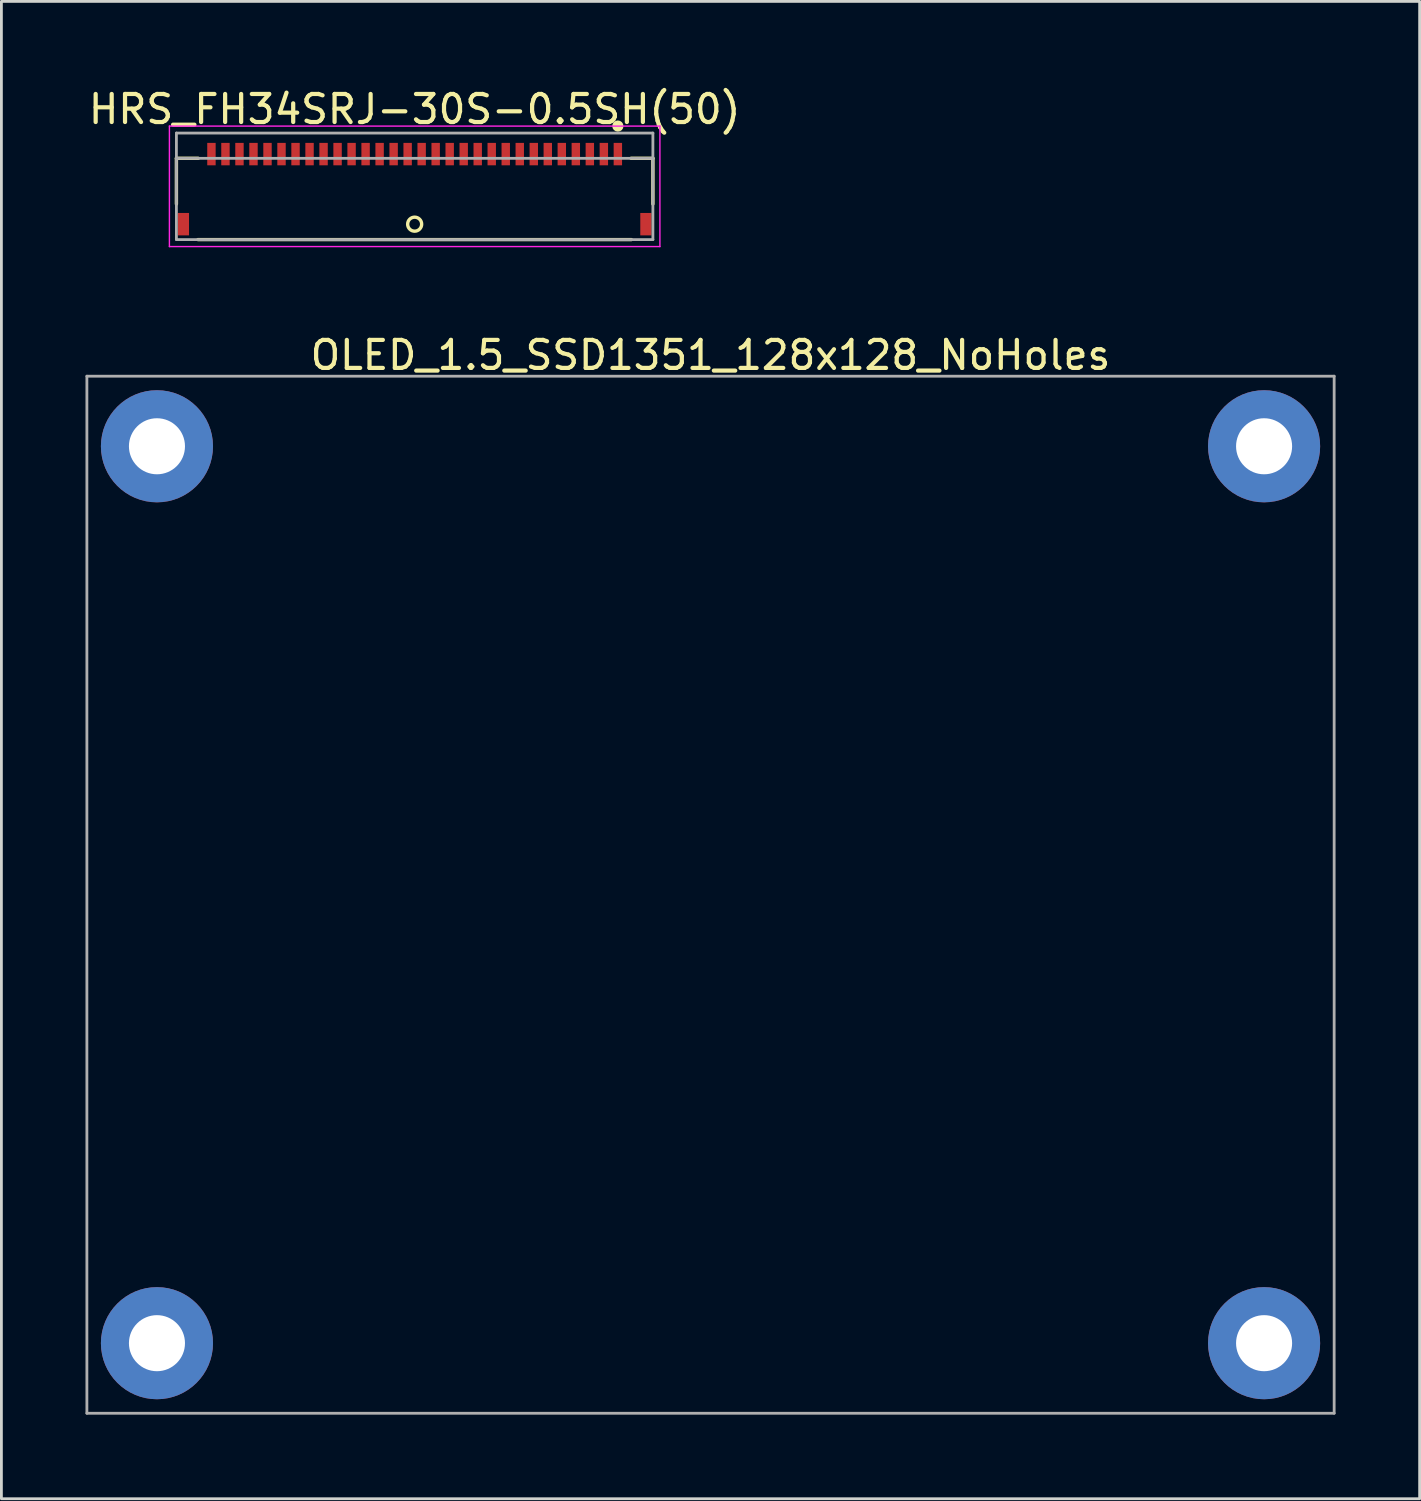
<source format=kicad_pcb>
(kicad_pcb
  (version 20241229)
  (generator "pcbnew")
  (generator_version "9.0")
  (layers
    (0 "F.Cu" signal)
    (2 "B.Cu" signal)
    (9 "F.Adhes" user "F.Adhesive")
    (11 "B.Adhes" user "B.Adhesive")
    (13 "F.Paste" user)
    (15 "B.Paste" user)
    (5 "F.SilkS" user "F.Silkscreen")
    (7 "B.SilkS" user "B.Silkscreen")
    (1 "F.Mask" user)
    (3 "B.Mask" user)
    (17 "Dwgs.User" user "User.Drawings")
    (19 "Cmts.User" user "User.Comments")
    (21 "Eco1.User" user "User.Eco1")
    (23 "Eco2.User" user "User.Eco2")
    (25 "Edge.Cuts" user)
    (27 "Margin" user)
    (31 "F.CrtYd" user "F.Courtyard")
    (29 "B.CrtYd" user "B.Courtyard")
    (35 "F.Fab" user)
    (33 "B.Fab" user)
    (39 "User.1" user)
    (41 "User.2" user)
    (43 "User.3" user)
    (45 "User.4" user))
  (footprint "OLED_1.5_SSD1351_128x128_NoHoles"
    (layer "F.Cu")
    (at 22.3 28.872)
    (property "Reference" "OLED_1.5_SSD1351_128x128_NoHoles" (at 0 -19.25 0) (layer "F.SilkS") (effects (font (size 1 1) (thickness 0.15))))
    (attr through_hole)
    (fp_line (start -22.25 -18.5) (end 22.25 -18.5) (stroke (width 0.1) (type solid)) (layer "F.Fab"))
    (fp_line (start -22.25 18.5) (end -22.25 -18.5) (stroke (width 0.1) (type solid)) (layer "F.Fab"))
    (fp_line (start 22.25 -18.5) (end 22.25 18.5) (stroke (width 0.1) (type solid)) (layer "F.Fab"))
    (fp_line (start 22.25 18.5) (end -22.25 18.5) (stroke (width 0.1) (type solid)) (layer "F.Fab"))
    (pad "MP" thru_hole circle (at -19.75 -16) (size 4 4) (drill 2) (layers "*.Cu" "*.Mask"))
    (pad "MP" thru_hole circle (at -19.75 16) (size 4 4) (drill 2) (layers "*.Cu" "*.Mask"))
    (pad "MP" thru_hole circle (at 19.75 -16) (size 4 4) (drill 2) (layers "*.Cu" "*.Mask"))
    (pad "MP" thru_hole circle (at 19.75 16) (size 4 4) (drill 2) (layers "*.Cu" "*.Mask")))
  (footprint "HRS_FH34SRJ-30S-0.5SH(50)"
    (layer "F.Cu")
    (at 11.744 4.948)
    (property "Reference" "HRS_FH34SRJ-30S-0.5SH(50)" (at 0 -4.1 0) (layer "F.SilkS") (effects (font (size 1 1) (thickness 0.15))))
    (attr smd)
    (fp_line (start -8.5 -2.35) (end -8.5 -0.72) (stroke (width 0.12) (type solid)) (layer "F.SilkS"))
    (fp_line (start -8.5 -2.35) (end -7.72 -2.35) (stroke (width 0.12) (type solid)) (layer "F.SilkS"))
    (fp_line (start -7.73 0.55) (end 7.73 0.55) (stroke (width 0.12) (type solid)) (layer "F.SilkS"))
    (fp_line (start 7.72 -2.35) (end 8.5 -2.35) (stroke (width 0.12) (type solid)) (layer "F.SilkS"))
    (fp_line (start 8.5 -2.35) (end 8.5 -0.72) (stroke (width 0.12) (type solid)) (layer "F.SilkS"))
    (fp_circle (center 0 0) (end 0.25 0) (stroke (width 0.12) (type default)) (fill no) (layer "F.SilkS"))
    (fp_circle (center 7.25 -3.5) (end 7.35 -3.5) (stroke (width 0.2) (type solid)) (fill no) (layer "F.SilkS"))
    (fp_poly (pts (xy -7.375 -2.9) (xy -7.125 -2.9) (xy -7.125 -2.25) (xy -7.375 -2.25)) (stroke (width 0.01) (type solid)) (fill yes) (layer "F.Paste"))
    (fp_poly (pts (xy -6.875 -2.9) (xy -6.625 -2.9) (xy -6.625 -2.25) (xy -6.875 -2.25)) (stroke (width 0.01) (type solid)) (fill yes) (layer "F.Paste"))
    (fp_poly (pts (xy -6.375 -2.9) (xy -6.125 -2.9) (xy -6.125 -2.25) (xy -6.375 -2.25)) (stroke (width 0.01) (type solid)) (fill yes) (layer "F.Paste"))
    (fp_poly (pts (xy -5.875 -2.9) (xy -5.625 -2.9) (xy -5.625 -2.25) (xy -5.875 -2.25)) (stroke (width 0.01) (type solid)) (fill yes) (layer "F.Paste"))
    (fp_poly (pts (xy -5.375 -2.9) (xy -5.125 -2.9) (xy -5.125 -2.25) (xy -5.375 -2.25)) (stroke (width 0.01) (type solid)) (fill yes) (layer "F.Paste"))
    (fp_poly (pts (xy -4.875 -2.9) (xy -4.625 -2.9) (xy -4.625 -2.25) (xy -4.875 -2.25)) (stroke (width 0.01) (type solid)) (fill yes) (layer "F.Paste"))
    (fp_poly (pts (xy -4.375 -2.9) (xy -4.125 -2.9) (xy -4.125 -2.25) (xy -4.375 -2.25)) (stroke (width 0.01) (type solid)) (fill yes) (layer "F.Paste"))
    (fp_poly (pts (xy -3.875 -2.9) (xy -3.625 -2.9) (xy -3.625 -2.25) (xy -3.875 -2.25)) (stroke (width 0.01) (type solid)) (fill yes) (layer "F.Paste"))
    (fp_poly (pts (xy -3.375 -2.9) (xy -3.125 -2.9) (xy -3.125 -2.25) (xy -3.375 -2.25)) (stroke (width 0.01) (type solid)) (fill yes) (layer "F.Paste"))
    (fp_poly (pts (xy -2.875 -2.9) (xy -2.625 -2.9) (xy -2.625 -2.25) (xy -2.875 -2.25)) (stroke (width 0.01) (type solid)) (fill yes) (layer "F.Paste"))
    (fp_poly (pts (xy -2.375 -2.9) (xy -2.125 -2.9) (xy -2.125 -2.25) (xy -2.375 -2.25)) (stroke (width 0.01) (type solid)) (fill yes) (layer "F.Paste"))
    (fp_poly (pts (xy -1.875 -2.9) (xy -1.625 -2.9) (xy -1.625 -2.25) (xy -1.875 -2.25)) (stroke (width 0.01) (type solid)) (fill yes) (layer "F.Paste"))
    (fp_poly (pts (xy -1.375 -2.9) (xy -1.125 -2.9) (xy -1.125 -2.25) (xy -1.375 -2.25)) (stroke (width 0.01) (type solid)) (fill yes) (layer "F.Paste"))
    (fp_poly (pts (xy -0.875 -2.9) (xy -0.625 -2.9) (xy -0.625 -2.25) (xy -0.875 -2.25)) (stroke (width 0.01) (type solid)) (fill yes) (layer "F.Paste"))
    (fp_poly (pts (xy -0.375 -2.9) (xy -0.125 -2.9) (xy -0.125 -2.25) (xy -0.375 -2.25)) (stroke (width 0.01) (type solid)) (fill yes) (layer "F.Paste"))
    (fp_poly (pts (xy 0.125 -2.9) (xy 0.375 -2.9) (xy 0.375 -2.25) (xy 0.125 -2.25)) (stroke (width 0.01) (type solid)) (fill yes) (layer "F.Paste"))
    (fp_poly (pts (xy 0.625 -2.9) (xy 0.875 -2.9) (xy 0.875 -2.25) (xy 0.625 -2.25)) (stroke (width 0.01) (type solid)) (fill yes) (layer "F.Paste"))
    (fp_poly (pts (xy 1.125 -2.9) (xy 1.375 -2.9) (xy 1.375 -2.25) (xy 1.125 -2.25)) (stroke (width 0.01) (type solid)) (fill yes) (layer "F.Paste"))
    (fp_poly (pts (xy 1.625 -2.9) (xy 1.875 -2.9) (xy 1.875 -2.25) (xy 1.625 -2.25)) (stroke (width 0.01) (type solid)) (fill yes) (layer "F.Paste"))
    (fp_poly (pts (xy 2.125 -2.9) (xy 2.375 -2.9) (xy 2.375 -2.25) (xy 2.125 -2.25)) (stroke (width 0.01) (type solid)) (fill yes) (layer "F.Paste"))
    (fp_poly (pts (xy 2.625 -2.9) (xy 2.875 -2.9) (xy 2.875 -2.25) (xy 2.625 -2.25)) (stroke (width 0.01) (type solid)) (fill yes) (layer "F.Paste"))
    (fp_poly (pts (xy 3.125 -2.9) (xy 3.375 -2.9) (xy 3.375 -2.25) (xy 3.125 -2.25)) (stroke (width 0.01) (type solid)) (fill yes) (layer "F.Paste"))
    (fp_poly (pts (xy 3.625 -2.9) (xy 3.875 -2.9) (xy 3.875 -2.25) (xy 3.625 -2.25)) (stroke (width 0.01) (type solid)) (fill yes) (layer "F.Paste"))
    (fp_poly (pts (xy 4.125 -2.9) (xy 4.375 -2.9) (xy 4.375 -2.25) (xy 4.125 -2.25)) (stroke (width 0.01) (type solid)) (fill yes) (layer "F.Paste"))
    (fp_poly (pts (xy 4.625 -2.9) (xy 4.875 -2.9) (xy 4.875 -2.25) (xy 4.625 -2.25)) (stroke (width 0.01) (type solid)) (fill yes) (layer "F.Paste"))
    (fp_poly (pts (xy 5.125 -2.9) (xy 5.375 -2.9) (xy 5.375 -2.25) (xy 5.125 -2.25)) (stroke (width 0.01) (type solid)) (fill yes) (layer "F.Paste"))
    (fp_poly (pts (xy 5.625 -2.9) (xy 5.875 -2.9) (xy 5.875 -2.25) (xy 5.625 -2.25)) (stroke (width 0.01) (type solid)) (fill yes) (layer "F.Paste"))
    (fp_poly (pts (xy 6.125 -2.9) (xy 6.375 -2.9) (xy 6.375 -2.25) (xy 6.125 -2.25)) (stroke (width 0.01) (type solid)) (fill yes) (layer "F.Paste"))
    (fp_poly (pts (xy 6.625 -2.9) (xy 6.875 -2.9) (xy 6.875 -2.25) (xy 6.625 -2.25)) (stroke (width 0.01) (type solid)) (fill yes) (layer "F.Paste"))
    (fp_poly (pts (xy 7.125 -2.9) (xy 7.375 -2.9) (xy 7.375 -2.25) (xy 7.125 -2.25)) (stroke (width 0.01) (type solid)) (fill yes) (layer "F.Paste"))
    (fp_line (start -8.75 -3.5) (end 8.75 -3.5) (stroke (width 0.05) (type solid)) (layer "F.CrtYd"))
    (fp_line (start -8.75 0.8) (end -8.75 -3.5) (stroke (width 0.05) (type solid)) (layer "F.CrtYd"))
    (fp_line (start 8.75 -3.5) (end 8.75 0.8) (stroke (width 0.05) (type solid)) (layer "F.CrtYd"))
    (fp_line (start 8.75 0.8) (end -8.75 0.8) (stroke (width 0.05) (type solid)) (layer "F.CrtYd"))
    (fp_line (start -8.5 -3.25) (end -8.5 0.55) (stroke (width 0.1) (type solid)) (layer "F.Fab"))
    (fp_line (start -8.5 -3.25) (end 8.5 -3.25) (stroke (width 0.1) (type solid)) (layer "F.Fab"))
    (fp_line (start -8.5 -2.35) (end 8.5 -2.35) (stroke (width 0.1) (type solid)) (layer "F.Fab"))
    (fp_line (start 8.5 -3.25) (end 8.5 0.55) (stroke (width 0.1) (type solid)) (layer "F.Fab"))
    (fp_line (start 8.5 0.55) (end -8.5 0.55) (stroke (width 0.1) (type solid)) (layer "F.Fab"))
    (pad "1" smd rect (at 7.25 -2.5) (size 0.3 0.8) (layers "F.Cu" "F.Mask"))
    (pad "2" smd rect (at 6.75 -2.5) (size 0.3 0.8) (layers "F.Cu" "F.Mask"))
    (pad "3" smd rect (at 6.25 -2.5) (size 0.3 0.8) (layers "F.Cu" "F.Mask"))
    (pad "4" smd rect (at 5.75 -2.5) (size 0.3 0.8) (layers "F.Cu" "F.Mask"))
    (pad "5" smd rect (at 5.25 -2.5) (size 0.3 0.8) (layers "F.Cu" "F.Mask"))
    (pad "6" smd rect (at 4.75 -2.5) (size 0.3 0.8) (layers "F.Cu" "F.Mask"))
    (pad "7" smd rect (at 4.25 -2.5) (size 0.3 0.8) (layers "F.Cu" "F.Mask"))
    (pad "8" smd rect (at 3.75 -2.5) (size 0.3 0.8) (layers "F.Cu" "F.Mask"))
    (pad "9" smd rect (at 3.25 -2.5) (size 0.3 0.8) (layers "F.Cu" "F.Mask"))
    (pad "10" smd rect (at 2.75 -2.5) (size 0.3 0.8) (layers "F.Cu" "F.Mask"))
    (pad "11" smd rect (at 2.25 -2.5) (size 0.3 0.8) (layers "F.Cu" "F.Mask"))
    (pad "12" smd rect (at 1.75 -2.5) (size 0.3 0.8) (layers "F.Cu" "F.Mask"))
    (pad "13" smd rect (at 1.25 -2.5) (size 0.3 0.8) (layers "F.Cu" "F.Mask"))
    (pad "14" smd rect (at 0.75 -2.5) (size 0.3 0.8) (layers "F.Cu" "F.Mask"))
    (pad "15" smd rect (at 0.25 -2.5) (size 0.3 0.8) (layers "F.Cu" "F.Mask"))
    (pad "16" smd rect (at -0.25 -2.5) (size 0.3 0.8) (layers "F.Cu" "F.Mask"))
    (pad "17" smd rect (at -0.75 -2.5) (size 0.3 0.8) (layers "F.Cu" "F.Mask"))
    (pad "18" smd rect (at -1.25 -2.5) (size 0.3 0.8) (layers "F.Cu" "F.Mask"))
    (pad "19" smd rect (at -1.75 -2.5) (size 0.3 0.8) (layers "F.Cu" "F.Mask"))
    (pad "20" smd rect (at -2.25 -2.5) (size 0.3 0.8) (layers "F.Cu" "F.Mask"))
    (pad "21" smd rect (at -2.75 -2.5) (size 0.3 0.8) (layers "F.Cu" "F.Mask"))
    (pad "22" smd rect (at -3.25 -2.5) (size 0.3 0.8) (layers "F.Cu" "F.Mask"))
    (pad "23" smd rect (at -3.75 -2.5) (size 0.3 0.8) (layers "F.Cu" "F.Mask"))
    (pad "24" smd rect (at -4.25 -2.5) (size 0.3 0.8) (layers "F.Cu" "F.Mask"))
    (pad "25" smd rect (at -4.75 -2.5) (size 0.3 0.8) (layers "F.Cu" "F.Mask"))
    (pad "26" smd rect (at -5.25 -2.5) (size 0.3 0.8) (layers "F.Cu" "F.Mask"))
    (pad "27" smd rect (at -5.75 -2.5) (size 0.3 0.8) (layers "F.Cu" "F.Mask"))
    (pad "28" smd rect (at -6.25 -2.5) (size 0.3 0.8) (layers "F.Cu" "F.Mask"))
    (pad "29" smd rect (at -6.75 -2.5) (size 0.3 0.8) (layers "F.Cu" "F.Mask"))
    (pad "30" smd rect (at -7.25 -2.5) (size 0.3 0.8) (layers "F.Cu" "F.Mask"))
    (pad "MP" smd rect (at -8.25 0) (size 0.4 0.8) (layers "F.Cu" "F.Mask" "F.Paste"))
    (pad "MP" smd rect (at 8.25 0) (size 0.4 0.8) (layers "F.Cu" "F.Mask" "F.Paste")))
  (gr_rect
    (start -3 -3)
    (end 47.6 50.422)
    (stroke (width 0.1) (type default))
    (fill no)
    (layer "Edge.Cuts")))
</source>
